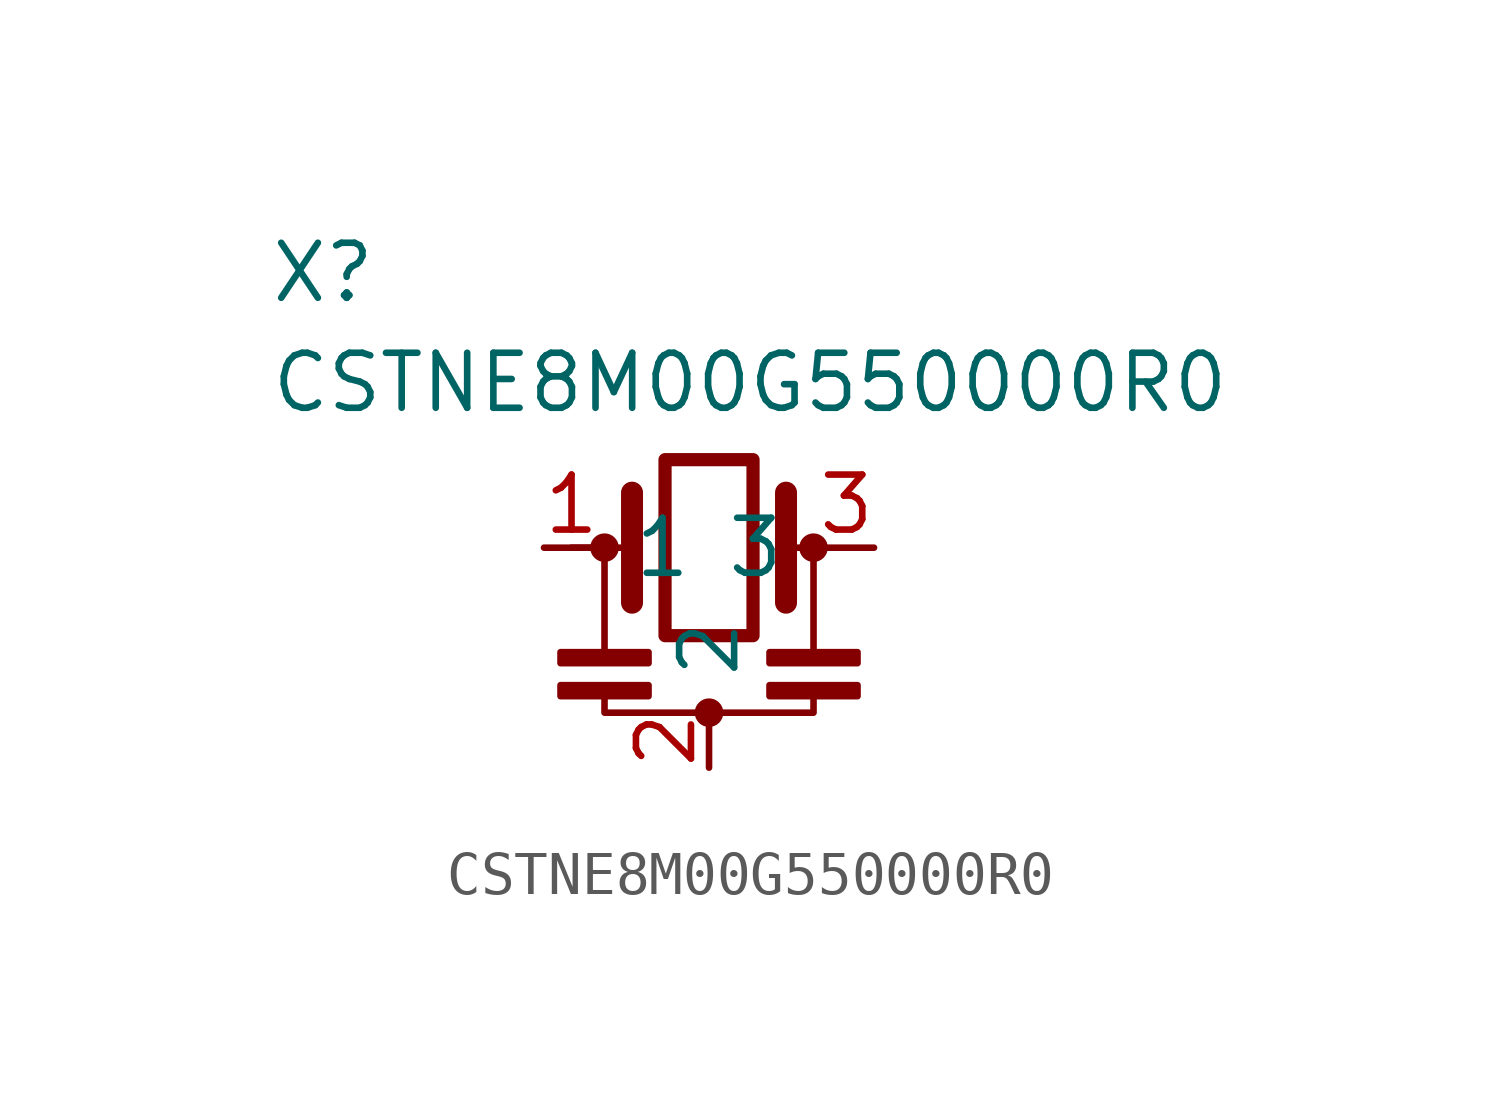
<source format=kicad_sym>
(kicad_symbol_lib
  (version 20220914)
  (generator kicad_symbol_editor)
  (symbol "CSTNE8M00G550000R0"
    (pin_names
      (offset 0.762))
    (property "Reference" "X"
      (at -10.16 6.35 0)
      (effects (font (size 1.27 1.27)) (justify left)))
    (property "Value" "CSTNE8M00G550000R0"
      (at -10.16 3.81 0)
      (effects (font (size 1.27 1.27)) (justify left)))
    (symbol "CSTNE8M00G550000R0_0_1"
      (rectangle (start -3.429 -3.175) (end -1.397 -3.429) (stroke (width 0) (type default)) (fill (type outline)))
      (rectangle (start -3.429 -2.413) (end -1.397 -2.667) (stroke (width 0) (type default)) (fill (type outline)))
      (circle (center -2.413 0) (radius 0.254) (stroke (width 0) (type default)) (fill (type outline)))
      (rectangle (start -1.016 2.032) (end 1.016 -2.032) (stroke (width 0.305) (type default)) (fill (type none)))
      (circle (center 0 -3.81) (radius 0.254) (stroke (width 0) (type default)) (fill (type outline)))
      (polyline (pts (xy -2.413 -2.413) (xy -2.413 0)) (stroke (width 0) (type default)) (fill (type none)))
      (polyline (pts (xy -1.905 0) (xy -3.175 0)) (stroke (width 0) (type default)) (fill (type none)))
      (polyline (pts (xy -1.778 -1.27) (xy -1.778 1.27)) (stroke (width 0.508) (type default)) (fill (type none)))
      (polyline (pts (xy 1.778 -1.27) (xy 1.778 1.27)) (stroke (width 0.508) (type default)) (fill (type none)))
      (polyline (pts (xy 1.905 0) (xy 2.54 0)) (stroke (width 0) (type default)) (fill (type none)))
      (polyline (pts (xy 2.413 0) (xy 2.413 -2.54)) (stroke (width 0) (type default)) (fill (type none)))
      (polyline (pts (xy 2.413 -3.302) (xy 2.413 -3.81) (xy -2.413 -3.81) (xy -2.413 -3.302)) (stroke (width 0) (type default)) (fill (type none)))
      (rectangle (start 1.397 -3.175) (end 3.429 -3.429) (stroke (width 0) (type default)) (fill (type outline)))
      (rectangle (start 1.397 -2.413) (end 3.429 -2.667) (stroke (width 0) (type default)) (fill (type outline)))
      (circle (center 2.413 0) (radius 0.254) (stroke (width 0) (type default)) (fill (type outline))))
    (symbol "CSTNE8M00G550000R0_1_1"
      (pin passive line (at -3.81 0 0) (length 1.27) (name "1" (effects (font (size 1.27 1.27)))) (number "1" (effects (font (size 1.27 1.27)))))
      (pin passive line (at 0 -5.08 90) (length 1.27) (name "2" (effects (font (size 1.27 1.27)))) (number "2" (effects (font (size 1.27 1.27)))))
      (pin passive line (at 3.81 0 180) (length 1.27) (name "3" (effects (font (size 1.27 1.27)))) (number "3" (effects (font (size 1.27 1.27))))))))
</source>
